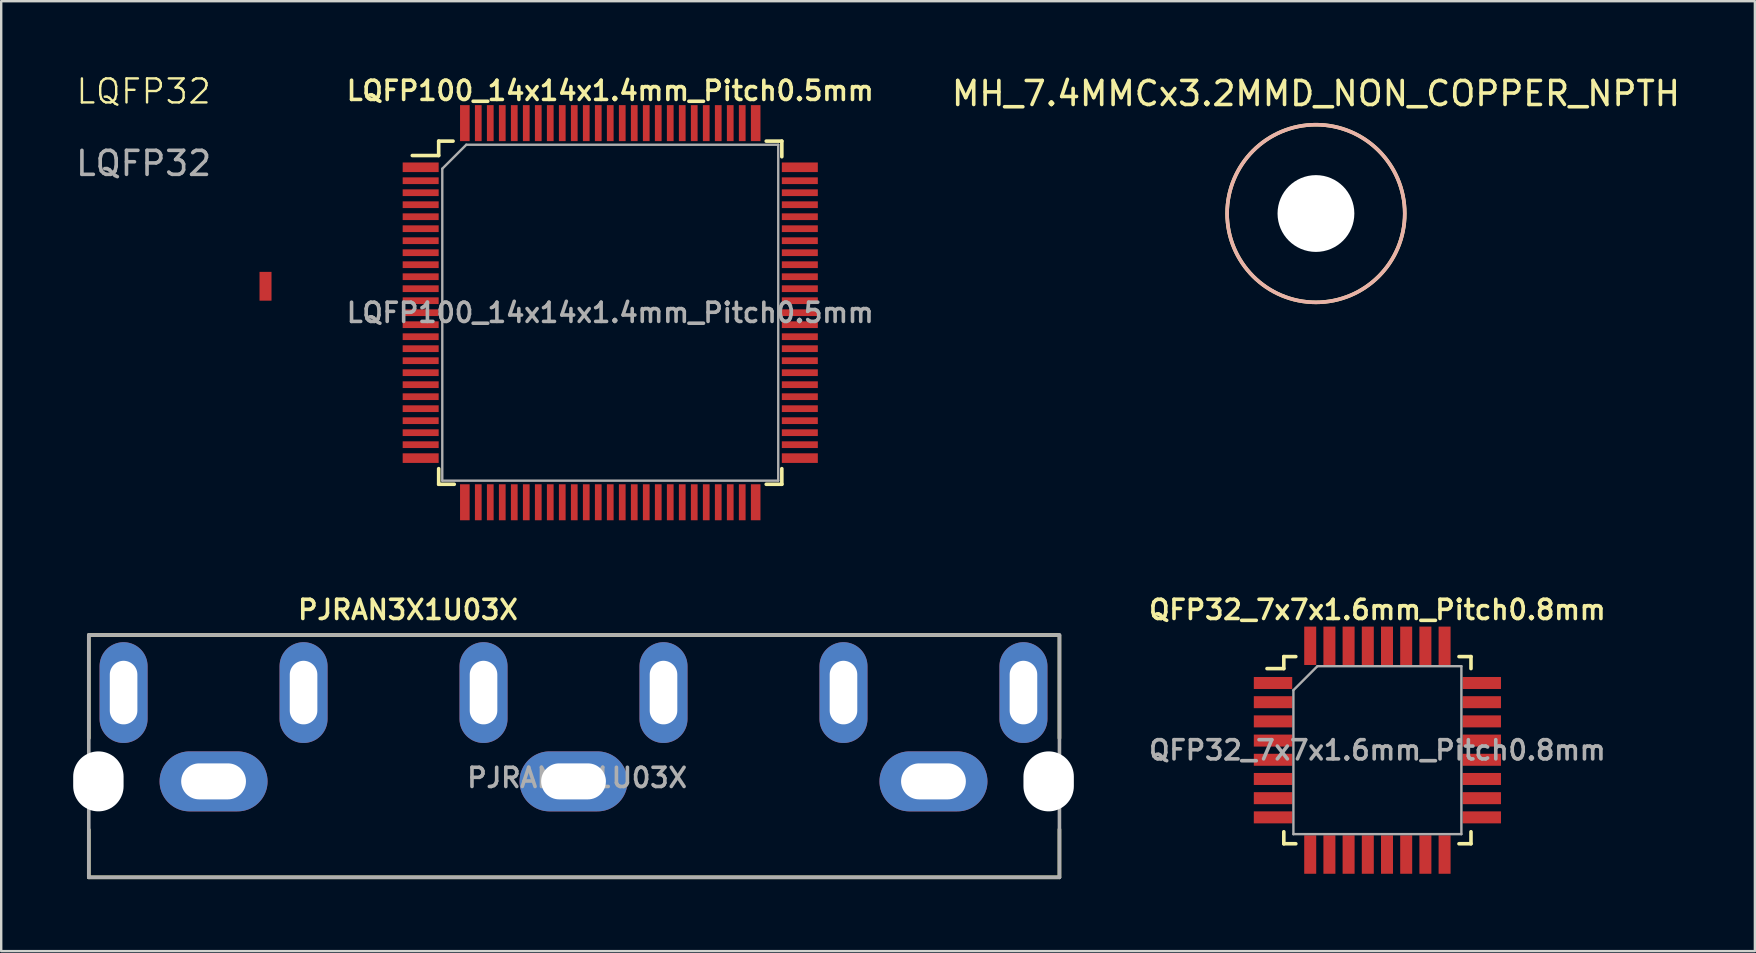
<source format=kicad_pcb>
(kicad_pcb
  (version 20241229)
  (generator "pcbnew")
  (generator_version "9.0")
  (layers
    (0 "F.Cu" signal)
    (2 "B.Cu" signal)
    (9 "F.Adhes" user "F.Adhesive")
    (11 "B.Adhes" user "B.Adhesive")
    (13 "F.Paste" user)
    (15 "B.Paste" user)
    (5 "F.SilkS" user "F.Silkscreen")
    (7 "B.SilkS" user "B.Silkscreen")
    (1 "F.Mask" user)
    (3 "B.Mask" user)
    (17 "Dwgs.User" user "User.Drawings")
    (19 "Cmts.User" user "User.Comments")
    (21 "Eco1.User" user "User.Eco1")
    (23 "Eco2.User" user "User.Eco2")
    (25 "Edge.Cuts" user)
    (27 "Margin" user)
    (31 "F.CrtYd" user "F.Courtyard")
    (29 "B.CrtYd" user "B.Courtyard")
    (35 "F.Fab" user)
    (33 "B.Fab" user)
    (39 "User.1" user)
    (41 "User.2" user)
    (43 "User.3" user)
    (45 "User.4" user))
  (footprint "MH_7.4MMCx3.2MMD_NON_COPPER_NPTH"
    (layer "F.Cu")
    (at 51.789 5.848)
    (property "Reference" "MH_7.4MMCx3.2MMD_NON_COPPER_NPTH" (at 0 -5 0) (layer "F.SilkS") (effects (font (size 1 1) (thickness 0.15))))
    (attr through_hole)
    (fp_circle (center 0 0) (end 3.7 -0.1) (stroke (width 0.15) (type solid)) (fill no) (layer "F.SilkS"))
    (fp_circle (center 0 0) (end 3.701 0) (stroke (width 0.15) (type solid)) (fill no) (layer "B.SilkS"))
    (pad "" np_thru_hole circle (at 0 0) (size 3.2 3.2) (drill 3.2) (layers "*.Cu" "*.Mask")))
  (footprint "QFP32_7x7x1.6mm_Pitch0.8mm"
    (layer "F.Cu")
    (at 54.35 28.212)
    (property "Reference" "QFP32_7x7x1.6mm_Pitch0.8mm" (at 0 -5.85 0) (layer "F.SilkS") (effects (font (size 0.8 0.8) (thickness 0.15))))
    (attr smd)
    (fp_line (start -3.9 -3.4) (end -4.6 -3.4) (stroke (width 0.15) (type default)) (layer "F.SilkS"))
    (fp_line (start -3.9 -3.4) (end -3.9 -3.9) (stroke (width 0.15) (type default)) (layer "F.SilkS"))
    (fp_line (start -3.9 3.4) (end -3.9 3.9) (stroke (width 0.15) (type default)) (layer "F.SilkS"))
    (fp_line (start -3.4 -3.9) (end -3.9 -3.9) (stroke (width 0.15) (type default)) (layer "F.SilkS"))
    (fp_line (start -3.4 3.9) (end -3.9 3.9) (stroke (width 0.15) (type default)) (layer "F.SilkS"))
    (fp_line (start 3.4 -3.9) (end 3.9 -3.9) (stroke (width 0.15) (type default)) (layer "F.SilkS"))
    (fp_line (start 3.4 3.9) (end 3.9 3.9) (stroke (width 0.15) (type default)) (layer "F.SilkS"))
    (fp_line (start 3.9 -3.4) (end 3.9 -3.9) (stroke (width 0.15) (type default)) (layer "F.SilkS"))
    (fp_line (start 3.9 3.4) (end 3.9 3.9) (stroke (width 0.15) (type default)) (layer "F.SilkS"))
    (fp_line (start -3.5 -2.5) (end -3.5 3.5) (stroke (width 0.1) (type default)) (layer "F.Fab"))
    (fp_line (start -3.5 3.5) (end 3.5 3.5) (stroke (width 0.1) (type default)) (layer "F.Fab"))
    (fp_line (start -2.5 -3.5) (end -3.5 -2.5) (stroke (width 0.1) (type default)) (layer "F.Fab"))
    (fp_line (start 3.5 -3.5) (end -2.5 -3.5) (stroke (width 0.1) (type default)) (layer "F.Fab"))
    (fp_line (start 3.5 3.5) (end 3.5 -3.5) (stroke (width 0.1) (type default)) (layer "F.Fab"))
    (fp_text user "${REFERENCE}" (at 0 0 0) (unlocked yes) (layer "F.Fab") (effects (font (size 0.8 0.8) (thickness 0.15))))
    (pad "1" smd rect (at -4.35 -2.8 90) (size 0.5 1.6) (layers "F.Cu" "F.Mask" "F.Paste"))
    (pad "2" smd rect (at -4.35 -2 90) (size 0.5 1.6) (layers "F.Cu" "F.Mask" "F.Paste"))
    (pad "3" smd rect (at -4.35 -1.2 90) (size 0.5 1.6) (layers "F.Cu" "F.Mask" "F.Paste"))
    (pad "4" smd rect (at -4.35 -0.4 90) (size 0.5 1.6) (layers "F.Cu" "F.Mask" "F.Paste"))
    (pad "5" smd rect (at -4.35 0.4 90) (size 0.5 1.6) (layers "F.Cu" "F.Mask" "F.Paste"))
    (pad "6" smd rect (at -4.35 1.2 90) (size 0.5 1.6) (layers "F.Cu" "F.Mask" "F.Paste"))
    (pad "7" smd rect (at -4.35 2 90) (size 0.5 1.6) (layers "F.Cu" "F.Mask" "F.Paste"))
    (pad "8" smd rect (at -4.35 2.8 90) (size 0.5 1.6) (layers "F.Cu" "F.Mask" "F.Paste"))
    (pad "9" smd rect (at -2.8 4.35) (size 0.5 1.6) (layers "F.Cu" "F.Mask" "F.Paste"))
    (pad "10" smd rect (at -2 4.35) (size 0.5 1.6) (layers "F.Cu" "F.Mask" "F.Paste"))
    (pad "11" smd rect (at -1.2 4.35) (size 0.5 1.6) (layers "F.Cu" "F.Mask" "F.Paste"))
    (pad "12" smd rect (at -0.4 4.35) (size 0.5 1.6) (layers "F.Cu" "F.Mask" "F.Paste"))
    (pad "13" smd rect (at 0.4 4.35) (size 0.5 1.6) (layers "F.Cu" "F.Mask" "F.Paste"))
    (pad "14" smd rect (at 1.2 4.35) (size 0.5 1.6) (layers "F.Cu" "F.Mask" "F.Paste"))
    (pad "15" smd rect (at 2 4.35) (size 0.5 1.6) (layers "F.Cu" "F.Mask" "F.Paste"))
    (pad "16" smd rect (at 2.8 4.35) (size 0.5 1.6) (layers "F.Cu" "F.Mask" "F.Paste"))
    (pad "17" smd rect (at 4.35 2.8 90) (size 0.5 1.6) (layers "F.Cu" "F.Mask" "F.Paste"))
    (pad "18" smd rect (at 4.35 2 90) (size 0.5 1.6) (layers "F.Cu" "F.Mask" "F.Paste"))
    (pad "19" smd rect (at 4.35 1.2 90) (size 0.5 1.6) (layers "F.Cu" "F.Mask" "F.Paste"))
    (pad "20" smd rect (at 4.35 0.4 90) (size 0.5 1.6) (layers "F.Cu" "F.Mask" "F.Paste"))
    (pad "21" smd rect (at 4.35 -0.4 90) (size 0.5 1.6) (layers "F.Cu" "F.Mask" "F.Paste"))
    (pad "22" smd rect (at 4.35 -1.2 90) (size 0.5 1.6) (layers "F.Cu" "F.Mask" "F.Paste"))
    (pad "23" smd rect (at 4.35 -2 90) (size 0.5 1.6) (layers "F.Cu" "F.Mask" "F.Paste"))
    (pad "24" smd rect (at 4.35 -2.8 90) (size 0.5 1.6) (layers "F.Cu" "F.Mask" "F.Paste"))
    (pad "25" smd rect (at 2.8 -4.35) (size 0.5 1.6) (layers "F.Cu" "F.Mask" "F.Paste"))
    (pad "26" smd rect (at 2 -4.35) (size 0.5 1.6) (layers "F.Cu" "F.Mask" "F.Paste"))
    (pad "27" smd rect (at 1.2 -4.35) (size 0.5 1.6) (layers "F.Cu" "F.Mask" "F.Paste"))
    (pad "28" smd rect (at 0.4 -4.35) (size 0.5 1.6) (layers "F.Cu" "F.Mask" "F.Paste"))
    (pad "29" smd rect (at -0.4 -4.35) (size 0.5 1.6) (layers "F.Cu" "F.Mask" "F.Paste"))
    (pad "30" smd rect (at -1.2 -4.35) (size 0.5 1.6) (layers "F.Cu" "F.Mask" "F.Paste"))
    (pad "31" smd rect (at -2 -4.35) (size 0.5 1.6) (layers "F.Cu" "F.Mask" "F.Paste"))
    (pad "32" smd rect (at -2.8 -4.35) (size 0.5 1.6) (layers "F.Cu" "F.Mask" "F.Paste")))
  (footprint "LQFP100_14x14x1.4mm_Pitch0.5mm"
    (layer "F.Cu")
    (at 22.381 9.981)
    (property "Reference" "LQFP100_14x14x1.4mm_Pitch0.5mm" (at 0 -9.25 0) (layer "F.SilkS") (effects (font (size 0.8 0.8) (thickness 0.15))))
    (attr smd)
    (fp_line (start -7.15 -7.15) (end -7.15 -6.55) (stroke (width 0.15) (type default)) (layer "F.SilkS"))
    (fp_line (start -7.15 -6.55) (end -8.25 -6.55) (stroke (width 0.15) (type default)) (layer "F.SilkS"))
    (fp_line (start -7.15 7.15) (end -7.15 6.5) (stroke (width 0.15) (type default)) (layer "F.SilkS"))
    (fp_line (start -6.55 -7.15) (end -7.15 -7.15) (stroke (width 0.15) (type default)) (layer "F.SilkS"))
    (fp_line (start -6.5 7.15) (end -7.15 7.15) (stroke (width 0.15) (type default)) (layer "F.SilkS"))
    (fp_line (start 6.5 -7.15) (end 7.15 -7.15) (stroke (width 0.15) (type default)) (layer "F.SilkS"))
    (fp_line (start 6.5 7.15) (end 7.15 7.15) (stroke (width 0.15) (type default)) (layer "F.SilkS"))
    (fp_line (start 7.15 -7.15) (end 7.15 -6.5) (stroke (width 0.15) (type default)) (layer "F.SilkS"))
    (fp_line (start 7.15 7.15) (end 7.15 6.5) (stroke (width 0.15) (type default)) (layer "F.SilkS"))
    (fp_line (start -7 -6) (end -7 7) (stroke (width 0.1) (type default)) (layer "F.Fab"))
    (fp_line (start -7 7) (end 7 7) (stroke (width 0.1) (type default)) (layer "F.Fab"))
    (fp_line (start -6 -7) (end -7 -6) (stroke (width 0.1) (type default)) (layer "F.Fab"))
    (fp_line (start 7 -7) (end -6 -7) (stroke (width 0.1) (type default)) (layer "F.Fab"))
    (fp_line (start 7 7) (end 7 -7) (stroke (width 0.1) (type default)) (layer "F.Fab"))
    (fp_text user "${REFERENCE}" (at 0 0 0) (unlocked yes) (layer "F.Fab") (effects (font (size 0.8 0.8) (thickness 0.15))))
    (pad "1" smd rect (at -7.9 -6.06 90) (size 0.4 1.5) (layers "F.Cu" "F.Mask" "F.Paste"))
    (pad "2" smd rect (at -7.9 -5.5 90) (size 0.28 1.5) (layers "F.Cu" "F.Mask" "F.Paste"))
    (pad "3" smd rect (at -7.9 -5 90) (size 0.28 1.5) (layers "F.Cu" "F.Mask" "F.Paste"))
    (pad "4" smd rect (at -7.9 -4.5 90) (size 0.28 1.5) (layers "F.Cu" "F.Mask" "F.Paste"))
    (pad "5" smd rect (at -7.9 -4 90) (size 0.28 1.5) (layers "F.Cu" "F.Mask" "F.Paste"))
    (pad "6" smd rect (at -7.9 -3.5 90) (size 0.28 1.5) (layers "F.Cu" "F.Mask" "F.Paste"))
    (pad "7" smd rect (at -7.9 -3 90) (size 0.28 1.5) (layers "F.Cu" "F.Mask" "F.Paste"))
    (pad "8" smd rect (at -7.9 -2.5 90) (size 0.28 1.5) (layers "F.Cu" "F.Mask" "F.Paste"))
    (pad "9" smd rect (at -7.9 -2 90) (size 0.28 1.5) (layers "F.Cu" "F.Mask" "F.Paste"))
    (pad "10" smd rect (at -7.9 -1.5 90) (size 0.28 1.5) (layers "F.Cu" "F.Mask" "F.Paste"))
    (pad "11" smd rect (at -7.9 -1 90) (size 0.28 1.5) (layers "F.Cu" "F.Mask" "F.Paste"))
    (pad "12" smd rect (at -7.9 -0.5 90) (size 0.28 1.5) (layers "F.Cu" "F.Mask" "F.Paste"))
    (pad "13" smd rect (at -7.9 0 90) (size 0.28 1.5) (layers "F.Cu" "F.Mask" "F.Paste"))
    (pad "14" smd rect (at -7.9 0.5 90) (size 0.28 1.5) (layers "F.Cu" "F.Mask" "F.Paste"))
    (pad "15" smd rect (at -7.9 1 90) (size 0.28 1.5) (layers "F.Cu" "F.Mask" "F.Paste"))
    (pad "16" smd rect (at -7.9 1.5 90) (size 0.28 1.5) (layers "F.Cu" "F.Mask" "F.Paste"))
    (pad "17" smd rect (at -7.9 2 90) (size 0.28 1.5) (layers "F.Cu" "F.Mask" "F.Paste"))
    (pad "18" smd rect (at -7.9 2.5 90) (size 0.28 1.5) (layers "F.Cu" "F.Mask" "F.Paste"))
    (pad "19" smd rect (at -7.9 3 90) (size 0.28 1.5) (layers "F.Cu" "F.Mask" "F.Paste"))
    (pad "20" smd rect (at -7.9 3.5 90) (size 0.28 1.5) (layers "F.Cu" "F.Mask" "F.Paste"))
    (pad "21" smd rect (at -7.9 4 90) (size 0.28 1.5) (layers "F.Cu" "F.Mask" "F.Paste"))
    (pad "22" smd rect (at -7.9 4.5 90) (size 0.28 1.5) (layers "F.Cu" "F.Mask" "F.Paste"))
    (pad "23" smd rect (at -7.9 5 90) (size 0.28 1.5) (layers "F.Cu" "F.Mask" "F.Paste"))
    (pad "24" smd rect (at -7.9 5.5 90) (size 0.28 1.5) (layers "F.Cu" "F.Mask" "F.Paste"))
    (pad "25" smd rect (at -7.9 6.06 90) (size 0.4 1.5) (layers "F.Cu" "F.Mask" "F.Paste"))
    (pad "26" smd rect (at -6.06 7.9) (size 0.4 1.5) (layers "F.Cu" "F.Mask" "F.Paste"))
    (pad "27" smd rect (at -5.5 7.9) (size 0.28 1.5) (layers "F.Cu" "F.Mask" "F.Paste"))
    (pad "28" smd rect (at -5 7.9) (size 0.28 1.5) (layers "F.Cu" "F.Mask" "F.Paste"))
    (pad "29" smd rect (at -4.5 7.9) (size 0.28 1.5) (layers "F.Cu" "F.Mask" "F.Paste"))
    (pad "30" smd rect (at -4 7.9) (size 0.28 1.5) (layers "F.Cu" "F.Mask" "F.Paste"))
    (pad "31" smd rect (at -3.5 7.9) (size 0.28 1.5) (layers "F.Cu" "F.Mask" "F.Paste"))
    (pad "32" smd rect (at -3 7.9) (size 0.28 1.5) (layers "F.Cu" "F.Mask" "F.Paste"))
    (pad "33" smd rect (at -2.5 7.9) (size 0.28 1.5) (layers "F.Cu" "F.Mask" "F.Paste"))
    (pad "34" smd rect (at -2 7.9) (size 0.28 1.5) (layers "F.Cu" "F.Mask" "F.Paste"))
    (pad "35" smd rect (at -1.5 7.9) (size 0.28 1.5) (layers "F.Cu" "F.Mask" "F.Paste"))
    (pad "36" smd rect (at -1 7.9) (size 0.28 1.5) (layers "F.Cu" "F.Mask" "F.Paste"))
    (pad "37" smd rect (at -0.5 7.9) (size 0.28 1.5) (layers "F.Cu" "F.Mask" "F.Paste"))
    (pad "38" smd rect (at 0 7.9) (size 0.28 1.5) (layers "F.Cu" "F.Mask" "F.Paste"))
    (pad "39" smd rect (at 0.5 7.9) (size 0.28 1.5) (layers "F.Cu" "F.Mask" "F.Paste"))
    (pad "40" smd rect (at 1 7.9) (size 0.28 1.5) (layers "F.Cu" "F.Mask" "F.Paste"))
    (pad "41" smd rect (at 1.5 7.9) (size 0.28 1.5) (layers "F.Cu" "F.Mask" "F.Paste"))
    (pad "42" smd rect (at 2 7.9) (size 0.28 1.5) (layers "F.Cu" "F.Mask" "F.Paste"))
    (pad "43" smd rect (at 2.5 7.9) (size 0.28 1.5) (layers "F.Cu" "F.Mask" "F.Paste"))
    (pad "44" smd rect (at 3 7.9) (size 0.28 1.5) (layers "F.Cu" "F.Mask" "F.Paste"))
    (pad "45" smd rect (at 3.5 7.9) (size 0.28 1.5) (layers "F.Cu" "F.Mask" "F.Paste"))
    (pad "46" smd rect (at 4 7.9) (size 0.28 1.5) (layers "F.Cu" "F.Mask" "F.Paste"))
    (pad "47" smd rect (at 4.5 7.9) (size 0.28 1.5) (layers "F.Cu" "F.Mask" "F.Paste"))
    (pad "48" smd rect (at 5 7.9) (size 0.28 1.5) (layers "F.Cu" "F.Mask" "F.Paste"))
    (pad "49" smd rect (at 5.5 7.9) (size 0.28 1.5) (layers "F.Cu" "F.Mask" "F.Paste"))
    (pad "50" smd rect (at 6.06 7.9) (size 0.4 1.5) (layers "F.Cu" "F.Mask" "F.Paste"))
    (pad "51" smd rect (at 7.9 6.06 90) (size 0.4 1.5) (layers "F.Cu" "F.Mask" "F.Paste"))
    (pad "52" smd rect (at 7.9 5.5 90) (size 0.28 1.5) (layers "F.Cu" "F.Mask" "F.Paste"))
    (pad "53" smd rect (at 7.9 5 90) (size 0.28 1.5) (layers "F.Cu" "F.Mask" "F.Paste"))
    (pad "54" smd rect (at 7.9 4.5 90) (size 0.28 1.5) (layers "F.Cu" "F.Mask" "F.Paste"))
    (pad "55" smd rect (at 7.9 4 90) (size 0.28 1.5) (layers "F.Cu" "F.Mask" "F.Paste"))
    (pad "56" smd rect (at 7.9 3.5 90) (size 0.28 1.5) (layers "F.Cu" "F.Mask" "F.Paste"))
    (pad "57" smd rect (at 7.9 3 90) (size 0.28 1.5) (layers "F.Cu" "F.Mask" "F.Paste"))
    (pad "58" smd rect (at 7.9 2.5 90) (size 0.28 1.5) (layers "F.Cu" "F.Mask" "F.Paste"))
    (pad "59" smd rect (at 7.9 2 90) (size 0.28 1.5) (layers "F.Cu" "F.Mask" "F.Paste"))
    (pad "60" smd rect (at 7.9 1.5 90) (size 0.28 1.5) (layers "F.Cu" "F.Mask" "F.Paste"))
    (pad "61" smd rect (at 7.9 1 90) (size 0.28 1.5) (layers "F.Cu" "F.Mask" "F.Paste"))
    (pad "62" smd rect (at 7.9 0.5 90) (size 0.28 1.5) (layers "F.Cu" "F.Mask" "F.Paste"))
    (pad "63" smd rect (at 7.9 0 90) (size 0.28 1.5) (layers "F.Cu" "F.Mask" "F.Paste"))
    (pad "64" smd rect (at 7.9 -0.5 90) (size 0.28 1.5) (layers "F.Cu" "F.Mask" "F.Paste"))
    (pad "65" smd rect (at 7.9 -1 90) (size 0.28 1.5) (layers "F.Cu" "F.Mask" "F.Paste"))
    (pad "66" smd rect (at 7.9 -1.5 90) (size 0.28 1.5) (layers "F.Cu" "F.Mask" "F.Paste"))
    (pad "67" smd rect (at 7.9 -2 90) (size 0.28 1.5) (layers "F.Cu" "F.Mask" "F.Paste"))
    (pad "68" smd rect (at 7.9 -2.5 90) (size 0.28 1.5) (layers "F.Cu" "F.Mask" "F.Paste"))
    (pad "69" smd rect (at 7.9 -3 90) (size 0.28 1.5) (layers "F.Cu" "F.Mask" "F.Paste"))
    (pad "70" smd rect (at 7.9 -3.5 90) (size 0.28 1.5) (layers "F.Cu" "F.Mask" "F.Paste"))
    (pad "71" smd rect (at 7.9 -4 90) (size 0.28 1.5) (layers "F.Cu" "F.Mask" "F.Paste"))
    (pad "72" smd rect (at 7.9 -4.5 90) (size 0.28 1.5) (layers "F.Cu" "F.Mask" "F.Paste"))
    (pad "73" smd rect (at 7.9 -5 90) (size 0.28 1.5) (layers "F.Cu" "F.Mask" "F.Paste"))
    (pad "74" smd rect (at 7.9 -5.5 90) (size 0.28 1.5) (layers "F.Cu" "F.Mask" "F.Paste"))
    (pad "75" smd rect (at 7.9 -6.06 90) (size 0.4 1.5) (layers "F.Cu" "F.Mask" "F.Paste"))
    (pad "76" smd rect (at 6.06 -7.9) (size 0.4 1.5) (layers "F.Cu" "F.Mask" "F.Paste"))
    (pad "77" smd rect (at 5.5 -7.9) (size 0.28 1.5) (layers "F.Cu" "F.Mask" "F.Paste"))
    (pad "78" smd rect (at 5 -7.9) (size 0.28 1.5) (layers "F.Cu" "F.Mask" "F.Paste"))
    (pad "79" smd rect (at 4.5 -7.9) (size 0.28 1.5) (layers "F.Cu" "F.Mask" "F.Paste"))
    (pad "80" smd rect (at 4 -7.9) (size 0.28 1.5) (layers "F.Cu" "F.Mask" "F.Paste"))
    (pad "81" smd rect (at 3.5 -7.9) (size 0.28 1.5) (layers "F.Cu" "F.Mask" "F.Paste"))
    (pad "82" smd rect (at 3 -7.9) (size 0.28 1.5) (layers "F.Cu" "F.Mask" "F.Paste"))
    (pad "83" smd rect (at 2.5 -7.9) (size 0.28 1.5) (layers "F.Cu" "F.Mask" "F.Paste"))
    (pad "84" smd rect (at 2 -7.9) (size 0.28 1.5) (layers "F.Cu" "F.Mask" "F.Paste"))
    (pad "85" smd rect (at 1.5 -7.9) (size 0.28 1.5) (layers "F.Cu" "F.Mask" "F.Paste"))
    (pad "86" smd rect (at 1 -7.9) (size 0.28 1.5) (layers "F.Cu" "F.Mask" "F.Paste"))
    (pad "87" smd rect (at 0.5 -7.9) (size 0.28 1.5) (layers "F.Cu" "F.Mask" "F.Paste"))
    (pad "88" smd rect (at 0 -7.9) (size 0.28 1.5) (layers "F.Cu" "F.Mask" "F.Paste"))
    (pad "89" smd rect (at -0.5 -7.9) (size 0.28 1.5) (layers "F.Cu" "F.Mask" "F.Paste"))
    (pad "90" smd rect (at -1 -7.9) (size 0.28 1.5) (layers "F.Cu" "F.Mask" "F.Paste"))
    (pad "91" smd rect (at -1.5 -7.9) (size 0.28 1.5) (layers "F.Cu" "F.Mask" "F.Paste"))
    (pad "92" smd rect (at -2 -7.9) (size 0.28 1.5) (layers "F.Cu" "F.Mask" "F.Paste"))
    (pad "93" smd rect (at -2.5 -7.9) (size 0.28 1.5) (layers "F.Cu" "F.Mask" "F.Paste"))
    (pad "94" smd rect (at -3 -7.9) (size 0.28 1.5) (layers "F.Cu" "F.Mask" "F.Paste"))
    (pad "95" smd rect (at -3.5 -7.9) (size 0.28 1.5) (layers "F.Cu" "F.Mask" "F.Paste"))
    (pad "96" smd rect (at -4 -7.9) (size 0.28 1.5) (layers "F.Cu" "F.Mask" "F.Paste"))
    (pad "97" smd rect (at -4.5 -7.9) (size 0.28 1.5) (layers "F.Cu" "F.Mask" "F.Paste"))
    (pad "98" smd rect (at -5 -7.9) (size 0.28 1.5) (layers "F.Cu" "F.Mask" "F.Paste"))
    (pad "99" smd rect (at -5.5 -7.9) (size 0.28 1.5) (layers "F.Cu" "F.Mask" "F.Paste"))
    (pad "100" smd rect (at -6.06 -7.9) (size 0.4 1.5) (layers "F.Cu" "F.Mask" "F.Paste")))
  (footprint "LQFP32"
    (layer "F.Cu")
    (at 2.935 1.26)
    (property "Reference" "LQFP32" (at 0 -0.5 0) (unlocked yes) (layer "F.SilkS") (effects (font (size 1 1) (thickness 0.1))))
    (attr smd)
    (fp_text user "${REFERENCE}" (at 0 2.5 0) (unlocked yes) (layer "F.Fab") (effects (font (size 1 1) (thickness 0.15))))
    (pad "1" smd rect (at 5.08 7.62) (size 0.5 1.2) (layers "F.Cu" "F.Mask" "F.Paste")))
  (footprint "PJRAN3X1U03X"
    (layer "F.Cu")
    (at 20.85 29.512)
    (property "Reference" "PJRAN3X1U03X" (at -6.9 -7.15 0) (unlocked yes) (layer "F.SilkS") (effects (font (size 0.8 0.8) (thickness 0.15))))
    (attr through_hole)
    (fp_line (start -20.2 -6.1) (end 20.2 -6.1) (stroke (width 0.15) (type default)) (layer "F.SilkS"))
    (fp_line (start -20.2 -6.08) (end -20.2 -1.8) (stroke (width 0.15) (type default)) (layer "F.SilkS"))
    (fp_line (start -20.2 2.016) (end -20.2 3.984) (stroke (width 0.15) (type default)) (layer "F.SilkS"))
    (fp_line (start -20.2 4) (end 20.2 4) (stroke (width 0.15) (type default)) (layer "F.SilkS"))
    (fp_line (start 20.25 -6.08) (end 20.25 -1.8) (stroke (width 0.15) (type default)) (layer "F.SilkS"))
    (fp_line (start 20.25 2) (end 20.25 4) (stroke (width 0.15) (type default)) (layer "F.SilkS"))
    (fp_line (start -20.2 -6.1) (end 20.25 -6.1) (stroke (width 0.15) (type default)) (layer "F.Fab"))
    (fp_line (start -20.2 4) (end -20.2 -6.1) (stroke (width 0.15) (type default)) (layer "F.Fab"))
    (fp_line (start 20.25 -6.1) (end 20.25 4) (stroke (width 0.15) (type default)) (layer "F.Fab"))
    (fp_line (start 20.25 4) (end -20.2 4) (stroke (width 0.15) (type default)) (layer "F.Fab"))
    (fp_text user "${REFERENCE}" (at 0.15 -0.15 0) (unlocked yes) (layer "F.Fab") (effects (font (size 0.8 0.8) (thickness 0.15))))
    (pad "" np_thru_hole oval (at -19.8 0) (size 2.1 2.5) (drill oval 2.1 2.5) (layers "*.Cu" "*.Mask"))
    (pad "" np_thru_hole oval (at 19.8 0) (size 2.1 2.5) (drill oval 2.1 2.5) (layers "*.Cu" "*.Mask"))
    (pad "1" thru_hole oval (at -15 0) (size 4.5 2.5) (drill oval 2.7 1.5) (layers "*.Cu" "*.Mask"))
    (pad "2" thru_hole oval (at -18.75 -3.7) (size 2 4.2) (drill oval 1.15 2.65) (layers "*.Cu" "*.Mask"))
    (pad "3" thru_hole oval (at -11.25 -3.7) (size 2 4.2) (drill oval 1.15 2.65) (layers "*.Cu" "*.Mask"))
    (pad "4" thru_hole oval (at 0 0) (size 4.5 2.5) (drill oval 2.7 1.5) (layers "*.Cu" "*.Mask"))
    (pad "5" thru_hole oval (at -3.75 -3.7) (size 2 4.2) (drill oval 1.15 2.65) (layers "*.Cu" "*.Mask"))
    (pad "6" thru_hole oval (at 3.75 -3.7) (size 2 4.2) (drill oval 1.15 2.65) (layers "*.Cu" "*.Mask"))
    (pad "7" thru_hole oval (at 15 0) (size 4.5 2.5) (drill oval 2.7 1.5) (layers "*.Cu" "*.Mask"))
    (pad "8" thru_hole oval (at 11.25 -3.7) (size 2 4.2) (drill oval 1.15 2.65) (layers "*.Cu" "*.Mask"))
    (pad "9" thru_hole oval (at 18.75 -3.7) (size 2 4.2) (drill oval 1.15 2.65) (layers "*.Cu" "*.Mask")))
  (gr_rect
    (start -3 -3)
    (end 70.081 36.587)
    (stroke (width 0.1) (type default))
    (fill no)
    (layer "Edge.Cuts")))
</source>
